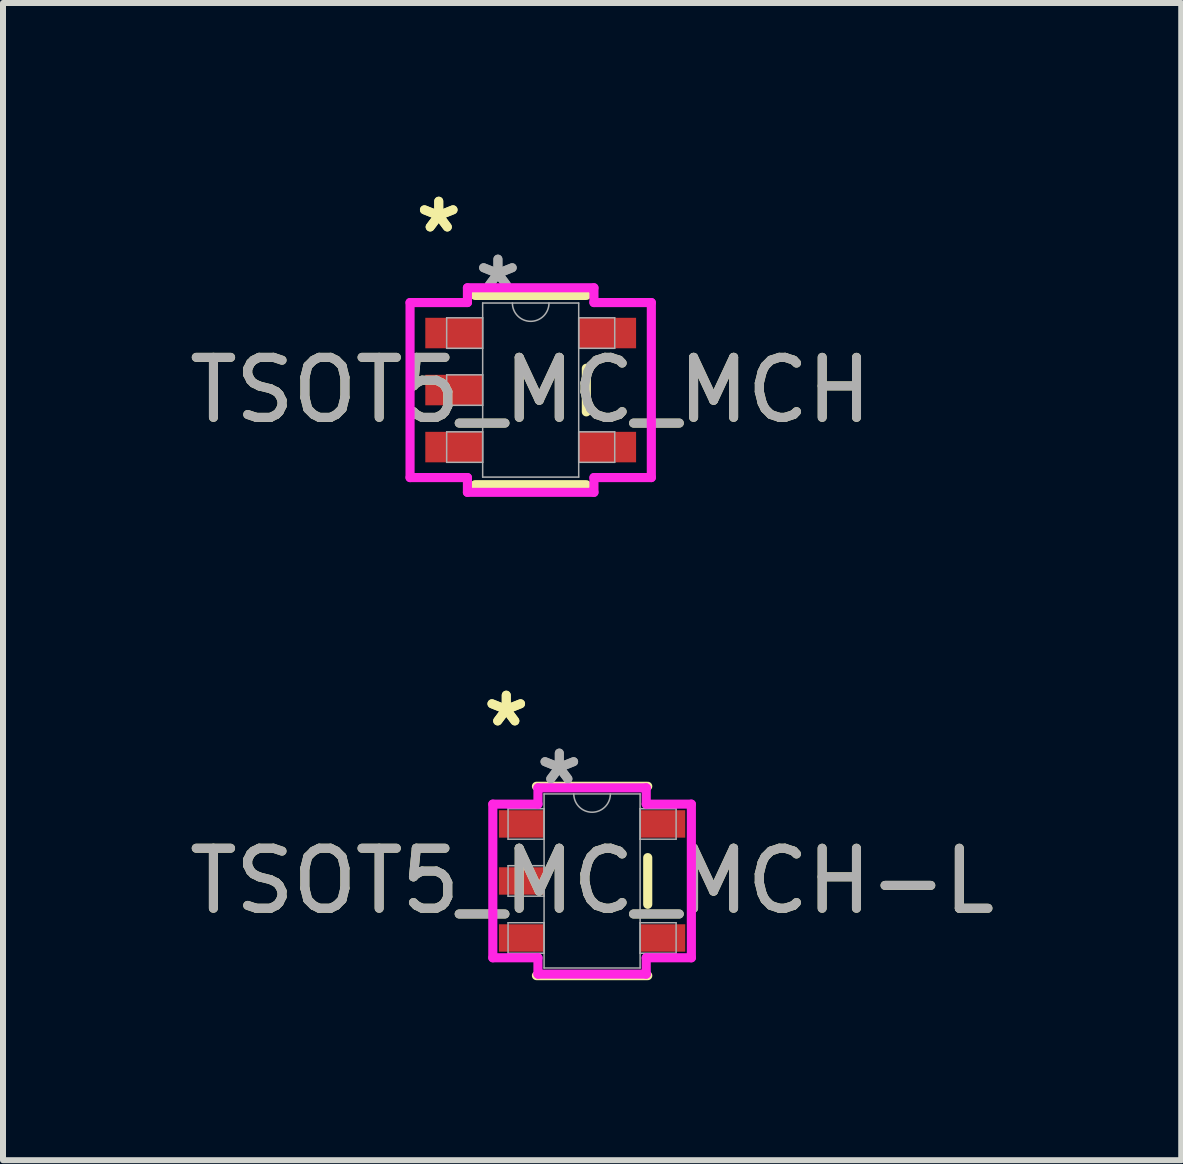
<source format=kicad_pcb>
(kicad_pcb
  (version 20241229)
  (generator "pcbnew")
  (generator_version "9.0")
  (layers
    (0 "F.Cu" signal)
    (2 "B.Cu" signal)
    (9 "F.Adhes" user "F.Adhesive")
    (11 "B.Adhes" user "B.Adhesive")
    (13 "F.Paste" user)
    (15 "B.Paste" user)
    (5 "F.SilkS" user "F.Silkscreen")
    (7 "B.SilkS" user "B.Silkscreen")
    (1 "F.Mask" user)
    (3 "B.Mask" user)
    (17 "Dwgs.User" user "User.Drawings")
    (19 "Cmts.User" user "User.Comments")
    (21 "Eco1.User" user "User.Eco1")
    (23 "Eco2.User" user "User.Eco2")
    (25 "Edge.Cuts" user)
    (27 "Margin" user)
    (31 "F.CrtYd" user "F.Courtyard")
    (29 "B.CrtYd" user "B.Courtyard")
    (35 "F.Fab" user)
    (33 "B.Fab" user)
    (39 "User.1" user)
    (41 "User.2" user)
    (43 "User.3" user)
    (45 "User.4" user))
  (footprint "TSOT5_MC_MCH-L"
    (layer "F.Cu")
    (at 6.815 11.628)
    (property "Reference" "TSOT5_MC_MCH-L" (at 0 0 0) (unlocked yes) (layer "F.SilkS") (effects (font (size 1 1) (thickness 0.15))))
    (attr smd)
    (fp_line (start -0.927 1.577) (end 0.927 1.577) (stroke (width 0.152) (type solid)) (layer "F.SilkS"))
    (fp_line (start 0.927 -1.577) (end -0.927 -1.577) (stroke (width 0.152) (type solid)) (layer "F.SilkS"))
    (fp_line (start 0.927 0.389) (end 0.927 -0.389) (stroke (width 0.152) (type solid)) (layer "F.SilkS"))
    (fp_line (start -1.654 -1.28) (end -0.902 -1.28) (stroke (width 0.152) (type solid)) (layer "F.CrtYd"))
    (fp_line (start -1.654 1.28) (end -1.654 -1.28) (stroke (width 0.152) (type solid)) (layer "F.CrtYd"))
    (fp_line (start -0.902 -1.552) (end 0.902 -1.552) (stroke (width 0.152) (type solid)) (layer "F.CrtYd"))
    (fp_line (start -0.902 -1.28) (end -0.902 -1.552) (stroke (width 0.152) (type solid)) (layer "F.CrtYd"))
    (fp_line (start -0.902 1.28) (end -1.654 1.28) (stroke (width 0.152) (type solid)) (layer "F.CrtYd"))
    (fp_line (start -0.902 1.552) (end -0.902 1.28) (stroke (width 0.152) (type solid)) (layer "F.CrtYd"))
    (fp_line (start 0.902 -1.552) (end 0.902 -1.28) (stroke (width 0.152) (type solid)) (layer "F.CrtYd"))
    (fp_line (start 0.902 -1.28) (end 1.654 -1.28) (stroke (width 0.152) (type solid)) (layer "F.CrtYd"))
    (fp_line (start 0.902 1.28) (end 0.902 1.552) (stroke (width 0.152) (type solid)) (layer "F.CrtYd"))
    (fp_line (start 0.902 1.552) (end -0.902 1.552) (stroke (width 0.152) (type solid)) (layer "F.CrtYd"))
    (fp_line (start 1.654 -1.28) (end 1.654 1.28) (stroke (width 0.152) (type solid)) (layer "F.CrtYd"))
    (fp_line (start 1.654 1.28) (end 0.902 1.28) (stroke (width 0.152) (type solid)) (layer "F.CrtYd"))
    (fp_line (start -1.4 -1.204) (end -1.4 -0.696) (stroke (width 0.025) (type solid)) (layer "F.Fab"))
    (fp_line (start -1.4 -0.696) (end -0.8 -0.696) (stroke (width 0.025) (type solid)) (layer "F.Fab"))
    (fp_line (start -1.4 -0.254) (end -1.4 0.254) (stroke (width 0.025) (type solid)) (layer "F.Fab"))
    (fp_line (start -1.4 0.254) (end -0.8 0.254) (stroke (width 0.025) (type solid)) (layer "F.Fab"))
    (fp_line (start -1.4 0.696) (end -1.4 1.204) (stroke (width 0.025) (type solid)) (layer "F.Fab"))
    (fp_line (start -1.4 1.204) (end -0.8 1.204) (stroke (width 0.025) (type solid)) (layer "F.Fab"))
    (fp_line (start -0.8 -1.45) (end -0.8 1.45) (stroke (width 0.025) (type solid)) (layer "F.Fab"))
    (fp_line (start -0.8 -1.204) (end -1.4 -1.204) (stroke (width 0.025) (type solid)) (layer "F.Fab"))
    (fp_line (start -0.8 -0.696) (end -0.8 -1.204) (stroke (width 0.025) (type solid)) (layer "F.Fab"))
    (fp_line (start -0.8 -0.254) (end -1.4 -0.254) (stroke (width 0.025) (type solid)) (layer "F.Fab"))
    (fp_line (start -0.8 0.254) (end -0.8 -0.254) (stroke (width 0.025) (type solid)) (layer "F.Fab"))
    (fp_line (start -0.8 0.696) (end -1.4 0.696) (stroke (width 0.025) (type solid)) (layer "F.Fab"))
    (fp_line (start -0.8 1.204) (end -0.8 0.696) (stroke (width 0.025) (type solid)) (layer "F.Fab"))
    (fp_line (start -0.8 1.45) (end 0.8 1.45) (stroke (width 0.025) (type solid)) (layer "F.Fab"))
    (fp_line (start 0.8 -1.45) (end -0.8 -1.45) (stroke (width 0.025) (type solid)) (layer "F.Fab"))
    (fp_line (start 0.8 -1.204) (end 0.8 -0.696) (stroke (width 0.025) (type solid)) (layer "F.Fab"))
    (fp_line (start 0.8 -0.696) (end 1.4 -0.696) (stroke (width 0.025) (type solid)) (layer "F.Fab"))
    (fp_line (start 0.8 0.696) (end 0.8 1.204) (stroke (width 0.025) (type solid)) (layer "F.Fab"))
    (fp_line (start 0.8 1.204) (end 1.4 1.204) (stroke (width 0.025) (type solid)) (layer "F.Fab"))
    (fp_line (start 0.8 1.45) (end 0.8 -1.45) (stroke (width 0.025) (type solid)) (layer "F.Fab"))
    (fp_line (start 1.4 -1.204) (end 0.8 -1.204) (stroke (width 0.025) (type solid)) (layer "F.Fab"))
    (fp_line (start 1.4 -0.696) (end 1.4 -1.204) (stroke (width 0.025) (type solid)) (layer "F.Fab"))
    (fp_line (start 1.4 0.696) (end 0.8 0.696) (stroke (width 0.025) (type solid)) (layer "F.Fab"))
    (fp_line (start 1.4 1.204) (end 1.4 0.696) (stroke (width 0.025) (type solid)) (layer "F.Fab"))
    (fp_arc (start 0.3048 -1.45) (mid 0 -1.1452) (end -0.3048 -1.45) (stroke (width 0.0254) (type solid)) (layer "F.Fab"))
    (fp_text user "*" (at -1.43 -2.55 0) (layer "F.SilkS") (effects (font (size 1 1) (thickness 0.15))))
    (fp_text user "*" (at -1.43 -2.55 0) (unlocked yes) (layer "F.SilkS") (effects (font (size 1 1) (thickness 0.15))))
    (fp_text user "*" (at -0.546 -1.585 0) (unlocked yes) (layer "F.Fab") (effects (font (size 1 1) (thickness 0.15))))
    (fp_text user "*" (at -0.546 -1.585 0) (layer "F.Fab") (effects (font (size 1 1) (thickness 0.15))))
    (fp_text user "${REFERENCE}" (at 0 0 0) (unlocked yes) (layer "F.Fab") (effects (font (size 1 1) (thickness 0.15))))
    (pad "1" smd rect (at -1.176 -0.95) (size 0.752 0.457) (layers "F.Cu" "F.Mask" "F.Paste"))
    (pad "2" smd rect (at -1.176 0) (size 0.752 0.457) (layers "F.Cu" "F.Mask" "F.Paste"))
    (pad "3" smd rect (at -1.176 0.95) (size 0.752 0.457) (layers "F.Cu" "F.Mask" "F.Paste"))
    (pad "4" smd rect (at 1.176 0.95) (size 0.752 0.457) (layers "F.Cu" "F.Mask" "F.Paste"))
    (pad "5" smd rect (at 1.176 -0.95) (size 0.752 0.457) (layers "F.Cu" "F.Mask" "F.Paste")))
  (footprint "TSOT5_MC_MCH"
    (layer "F.Cu")
    (at 5.792 3.449)
    (property "Reference" "TSOT5_MC_MCH" (at 0 0 0) (unlocked yes) (layer "F.SilkS") (effects (font (size 1 1) (thickness 0.15))))
    (attr smd)
    (fp_line (start -0.927 1.577) (end 0.927 1.577) (stroke (width 0.152) (type solid)) (layer "F.SilkS"))
    (fp_line (start 0.927 -1.577) (end -0.927 -1.577) (stroke (width 0.152) (type solid)) (layer "F.SilkS"))
    (fp_line (start 0.927 0.363) (end 0.927 -0.363) (stroke (width 0.152) (type solid)) (layer "F.SilkS"))
    (fp_line (start -2.01 -1.458) (end -1.054 -1.458) (stroke (width 0.152) (type solid)) (layer "F.CrtYd"))
    (fp_line (start -2.01 1.458) (end -2.01 -1.458) (stroke (width 0.152) (type solid)) (layer "F.CrtYd"))
    (fp_line (start -1.054 -1.704) (end 1.054 -1.704) (stroke (width 0.152) (type solid)) (layer "F.CrtYd"))
    (fp_line (start -1.054 -1.458) (end -1.054 -1.704) (stroke (width 0.152) (type solid)) (layer "F.CrtYd"))
    (fp_line (start -1.054 1.458) (end -2.01 1.458) (stroke (width 0.152) (type solid)) (layer "F.CrtYd"))
    (fp_line (start -1.054 1.704) (end -1.054 1.458) (stroke (width 0.152) (type solid)) (layer "F.CrtYd"))
    (fp_line (start 1.054 -1.704) (end 1.054 -1.458) (stroke (width 0.152) (type solid)) (layer "F.CrtYd"))
    (fp_line (start 1.054 -1.458) (end 2.01 -1.458) (stroke (width 0.152) (type solid)) (layer "F.CrtYd"))
    (fp_line (start 1.054 1.458) (end 1.054 1.704) (stroke (width 0.152) (type solid)) (layer "F.CrtYd"))
    (fp_line (start 1.054 1.704) (end -1.054 1.704) (stroke (width 0.152) (type solid)) (layer "F.CrtYd"))
    (fp_line (start 2.01 -1.458) (end 2.01 1.458) (stroke (width 0.152) (type solid)) (layer "F.CrtYd"))
    (fp_line (start 2.01 1.458) (end 1.054 1.458) (stroke (width 0.152) (type solid)) (layer "F.CrtYd"))
    (fp_line (start -1.4 -1.204) (end -1.4 -0.696) (stroke (width 0.025) (type solid)) (layer "F.Fab"))
    (fp_line (start -1.4 -0.696) (end -0.8 -0.696) (stroke (width 0.025) (type solid)) (layer "F.Fab"))
    (fp_line (start -1.4 -0.254) (end -1.4 0.254) (stroke (width 0.025) (type solid)) (layer "F.Fab"))
    (fp_line (start -1.4 0.254) (end -0.8 0.254) (stroke (width 0.025) (type solid)) (layer "F.Fab"))
    (fp_line (start -1.4 0.696) (end -1.4 1.204) (stroke (width 0.025) (type solid)) (layer "F.Fab"))
    (fp_line (start -1.4 1.204) (end -0.8 1.204) (stroke (width 0.025) (type solid)) (layer "F.Fab"))
    (fp_line (start -0.8 -1.45) (end -0.8 1.45) (stroke (width 0.025) (type solid)) (layer "F.Fab"))
    (fp_line (start -0.8 -1.204) (end -1.4 -1.204) (stroke (width 0.025) (type solid)) (layer "F.Fab"))
    (fp_line (start -0.8 -0.696) (end -0.8 -1.204) (stroke (width 0.025) (type solid)) (layer "F.Fab"))
    (fp_line (start -0.8 -0.254) (end -1.4 -0.254) (stroke (width 0.025) (type solid)) (layer "F.Fab"))
    (fp_line (start -0.8 0.254) (end -0.8 -0.254) (stroke (width 0.025) (type solid)) (layer "F.Fab"))
    (fp_line (start -0.8 0.696) (end -1.4 0.696) (stroke (width 0.025) (type solid)) (layer "F.Fab"))
    (fp_line (start -0.8 1.204) (end -0.8 0.696) (stroke (width 0.025) (type solid)) (layer "F.Fab"))
    (fp_line (start -0.8 1.45) (end 0.8 1.45) (stroke (width 0.025) (type solid)) (layer "F.Fab"))
    (fp_line (start 0.8 -1.45) (end -0.8 -1.45) (stroke (width 0.025) (type solid)) (layer "F.Fab"))
    (fp_line (start 0.8 -1.204) (end 0.8 -0.696) (stroke (width 0.025) (type solid)) (layer "F.Fab"))
    (fp_line (start 0.8 -0.696) (end 1.4 -0.696) (stroke (width 0.025) (type solid)) (layer "F.Fab"))
    (fp_line (start 0.8 0.696) (end 0.8 1.204) (stroke (width 0.025) (type solid)) (layer "F.Fab"))
    (fp_line (start 0.8 1.204) (end 1.4 1.204) (stroke (width 0.025) (type solid)) (layer "F.Fab"))
    (fp_line (start 0.8 1.45) (end 0.8 -1.45) (stroke (width 0.025) (type solid)) (layer "F.Fab"))
    (fp_line (start 1.4 -1.204) (end 0.8 -1.204) (stroke (width 0.025) (type solid)) (layer "F.Fab"))
    (fp_line (start 1.4 -0.696) (end 1.4 -1.204) (stroke (width 0.025) (type solid)) (layer "F.Fab"))
    (fp_line (start 1.4 0.696) (end 0.8 0.696) (stroke (width 0.025) (type solid)) (layer "F.Fab"))
    (fp_line (start 1.4 1.204) (end 1.4 0.696) (stroke (width 0.025) (type solid)) (layer "F.Fab"))
    (fp_arc (start 0.3048 -1.45) (mid 0 -1.1452) (end -0.3048 -1.45) (stroke (width 0.0254) (type solid)) (layer "F.Fab"))
    (fp_text user "*" (at -1.532 -2.601 0) (layer "F.SilkS") (effects (font (size 1 1) (thickness 0.15))))
    (fp_text user "*" (at -1.532 -2.601 0) (unlocked yes) (layer "F.SilkS") (effects (font (size 1 1) (thickness 0.15))))
    (fp_text user "*" (at -0.546 -1.636 0) (unlocked yes) (layer "F.Fab") (effects (font (size 1 1) (thickness 0.15))))
    (fp_text user "${REFERENCE}" (at 0 0 0) (unlocked yes) (layer "F.Fab") (effects (font (size 1 1) (thickness 0.15))))
    (fp_text user "*" (at -0.546 -1.636 0) (layer "F.Fab") (effects (font (size 1 1) (thickness 0.15))))
    (pad "1" smd rect (at -1.278 -0.95) (size 0.956 0.508) (layers "F.Cu" "F.Mask" "F.Paste"))
    (pad "2" smd rect (at -1.278 0) (size 0.956 0.508) (layers "F.Cu" "F.Mask" "F.Paste"))
    (pad "3" smd rect (at -1.278 0.95) (size 0.956 0.508) (layers "F.Cu" "F.Mask" "F.Paste"))
    (pad "4" smd rect (at 1.278 0.95) (size 0.956 0.508) (layers "F.Cu" "F.Mask" "F.Paste"))
    (pad "5" smd rect (at 1.278 -0.95) (size 0.956 0.508) (layers "F.Cu" "F.Mask" "F.Paste")))
  (gr_rect
    (start -3 -3)
    (end 16.631 16.281)
    (stroke (width 0.1) (type default))
    (fill no)
    (layer "Edge.Cuts")))
</source>
